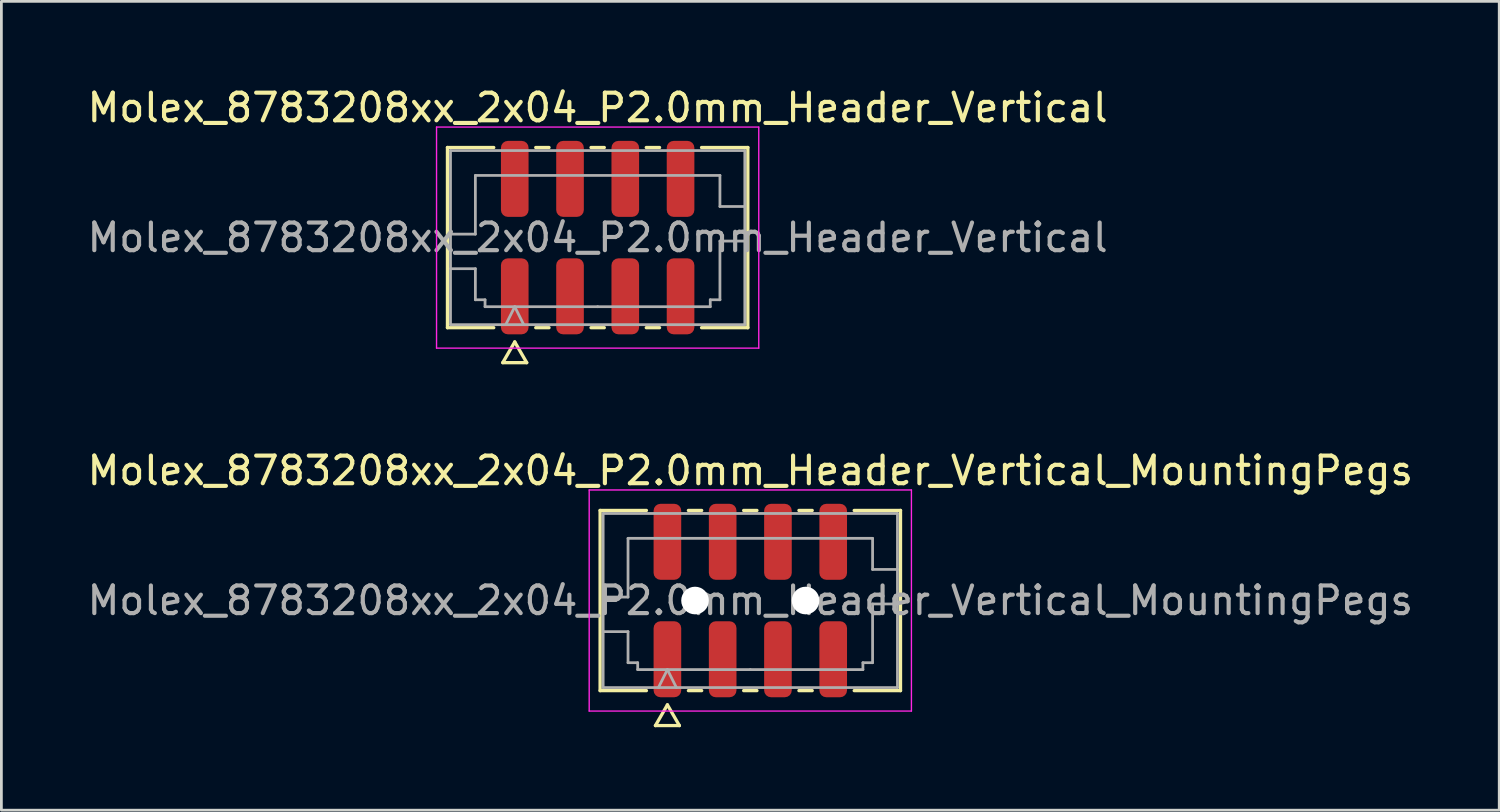
<source format=kicad_pcb>
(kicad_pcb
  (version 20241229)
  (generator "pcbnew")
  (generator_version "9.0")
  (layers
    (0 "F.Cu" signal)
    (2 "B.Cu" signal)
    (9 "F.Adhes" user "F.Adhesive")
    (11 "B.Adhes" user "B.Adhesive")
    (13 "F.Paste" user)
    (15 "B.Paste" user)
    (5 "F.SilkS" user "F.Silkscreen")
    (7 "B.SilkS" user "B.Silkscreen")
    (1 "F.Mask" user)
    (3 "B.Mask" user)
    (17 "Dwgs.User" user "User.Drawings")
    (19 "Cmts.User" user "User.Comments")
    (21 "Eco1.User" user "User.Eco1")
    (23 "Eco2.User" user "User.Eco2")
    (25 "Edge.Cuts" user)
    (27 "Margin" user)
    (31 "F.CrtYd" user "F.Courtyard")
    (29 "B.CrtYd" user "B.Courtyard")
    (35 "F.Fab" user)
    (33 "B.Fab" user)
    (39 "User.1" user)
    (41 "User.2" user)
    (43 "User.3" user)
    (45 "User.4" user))
  (footprint "Molex_8783208xx_2x04_P2.0mm_Header_Vertical"
    (layer "F.Cu")
    (at 18.577 5.548)
    (property "Reference" "Molex_8783208xx_2x04_P2.0mm_Header_Vertical" (at 0 -4.7 0) (layer "F.SilkS") (effects (font (size 1 1) (thickness 0.15))))
    (attr smd)
    (fp_line (start -5.435 -3.26) (end -3.76 -3.26) (stroke (width 0.12) (type solid)) (layer "F.SilkS"))
    (fp_line (start -5.435 3.26) (end -5.435 -3.26) (stroke (width 0.12) (type solid)) (layer "F.SilkS"))
    (fp_line (start -3.76 3.26) (end -5.435 3.26) (stroke (width 0.12) (type solid)) (layer "F.SilkS"))
    (fp_line (start -3.433 4.525) (end -3 3.775) (stroke (width 0.12) (type solid)) (layer "F.SilkS"))
    (fp_line (start -3 3.775) (end -2.567 4.525) (stroke (width 0.12) (type solid)) (layer "F.SilkS"))
    (fp_line (start -2.567 4.525) (end -3.433 4.525) (stroke (width 0.12) (type solid)) (layer "F.SilkS"))
    (fp_line (start -2.24 -3.26) (end -1.76 -3.26) (stroke (width 0.12) (type solid)) (layer "F.SilkS"))
    (fp_line (start -1.76 3.26) (end -2.24 3.26) (stroke (width 0.12) (type solid)) (layer "F.SilkS"))
    (fp_line (start -0.24 -3.26) (end 0.24 -3.26) (stroke (width 0.12) (type solid)) (layer "F.SilkS"))
    (fp_line (start 0.24 3.26) (end -0.24 3.26) (stroke (width 0.12) (type solid)) (layer "F.SilkS"))
    (fp_line (start 1.76 -3.26) (end 2.24 -3.26) (stroke (width 0.12) (type solid)) (layer "F.SilkS"))
    (fp_line (start 2.24 3.26) (end 1.76 3.26) (stroke (width 0.12) (type solid)) (layer "F.SilkS"))
    (fp_line (start 3.76 -3.26) (end 5.435 -3.26) (stroke (width 0.12) (type solid)) (layer "F.SilkS"))
    (fp_line (start 5.435 -3.26) (end 5.435 3.26) (stroke (width 0.12) (type solid)) (layer "F.SilkS"))
    (fp_line (start 5.435 3.26) (end 3.76 3.26) (stroke (width 0.12) (type solid)) (layer "F.SilkS"))
    (fp_line (start -5.83 -4) (end -5.83 4) (stroke (width 0.05) (type solid)) (layer "F.CrtYd"))
    (fp_line (start -5.83 4) (end 5.83 4) (stroke (width 0.05) (type solid)) (layer "F.CrtYd"))
    (fp_line (start 5.83 -4) (end -5.83 -4) (stroke (width 0.05) (type solid)) (layer "F.CrtYd"))
    (fp_line (start 5.83 4) (end 5.83 -4) (stroke (width 0.05) (type solid)) (layer "F.CrtYd"))
    (fp_line (start -5.325 -3.15) (end 5.325 -3.15) (stroke (width 0.1) (type solid)) (layer "F.Fab"))
    (fp_line (start -5.325 -0.125) (end -4.425 -0.125) (stroke (width 0.1) (type solid)) (layer "F.Fab"))
    (fp_line (start -5.325 1.125) (end -4.425 1.125) (stroke (width 0.1) (type solid)) (layer "F.Fab"))
    (fp_line (start -5.325 3.15) (end -5.325 -3.15) (stroke (width 0.1) (type solid)) (layer "F.Fab"))
    (fp_line (start -4.425 -2.25) (end 4.425 -2.25) (stroke (width 0.1) (type solid)) (layer "F.Fab"))
    (fp_line (start -4.425 -0.125) (end -4.425 -2.25) (stroke (width 0.1) (type solid)) (layer "F.Fab"))
    (fp_line (start -4.425 1.125) (end -4.425 2.25) (stroke (width 0.1) (type solid)) (layer "F.Fab"))
    (fp_line (start -4.425 2.25) (end -4.075 2.25) (stroke (width 0.1) (type solid)) (layer "F.Fab"))
    (fp_line (start -4.075 2.25) (end -4.075 2.5) (stroke (width 0.1) (type solid)) (layer "F.Fab"))
    (fp_line (start -4.075 2.5) (end 0 2.5) (stroke (width 0.1) (type solid)) (layer "F.Fab"))
    (fp_line (start -3.325 3.15) (end -3 2.5) (stroke (width 0.1) (type solid)) (layer "F.Fab"))
    (fp_line (start -3 2.5) (end -2.675 3.15) (stroke (width 0.1) (type solid)) (layer "F.Fab"))
    (fp_line (start 0 2.5) (end 4.075 2.5) (stroke (width 0.1) (type solid)) (layer "F.Fab"))
    (fp_line (start 4.075 2.25) (end 4.425 2.25) (stroke (width 0.1) (type solid)) (layer "F.Fab"))
    (fp_line (start 4.075 2.5) (end 4.075 2.25) (stroke (width 0.1) (type solid)) (layer "F.Fab"))
    (fp_line (start 4.425 -2.25) (end 4.425 -1.125) (stroke (width 0.1) (type solid)) (layer "F.Fab"))
    (fp_line (start 4.425 -1.125) (end 5.325 -1.125) (stroke (width 0.1) (type solid)) (layer "F.Fab"))
    (fp_line (start 4.425 0.125) (end 5.325 0.125) (stroke (width 0.1) (type solid)) (layer "F.Fab"))
    (fp_line (start 4.425 2.25) (end 4.425 0.125) (stroke (width 0.1) (type solid)) (layer "F.Fab"))
    (fp_line (start 5.325 -3.15) (end 5.325 3.15) (stroke (width 0.1) (type solid)) (layer "F.Fab"))
    (fp_line (start 5.325 3.15) (end -5.325 3.15) (stroke (width 0.1) (type solid)) (layer "F.Fab"))
    (fp_text user "${REFERENCE}" (at 0 0 0) (layer "F.Fab") (effects (font (size 1 1) (thickness 0.15))))
    (pad "1" smd roundrect (at -3 2.125) (size 1 2.75) (layers "F.Cu" "F.Mask" "F.Paste") (roundrect_rratio 0.25))
    (pad "2" smd roundrect (at -3 -2.125) (size 1 2.75) (layers "F.Cu" "F.Mask" "F.Paste") (roundrect_rratio 0.25))
    (pad "3" smd roundrect (at -1 2.125) (size 1 2.75) (layers "F.Cu" "F.Mask" "F.Paste") (roundrect_rratio 0.25))
    (pad "4" smd roundrect (at -1 -2.125) (size 1 2.75) (layers "F.Cu" "F.Mask" "F.Paste") (roundrect_rratio 0.25))
    (pad "5" smd roundrect (at 1 2.125) (size 1 2.75) (layers "F.Cu" "F.Mask" "F.Paste") (roundrect_rratio 0.25))
    (pad "6" smd roundrect (at 1 -2.125) (size 1 2.75) (layers "F.Cu" "F.Mask" "F.Paste") (roundrect_rratio 0.25))
    (pad "7" smd roundrect (at 3 2.125) (size 1 2.75) (layers "F.Cu" "F.Mask" "F.Paste") (roundrect_rratio 0.25))
    (pad "8" smd roundrect (at 3 -2.125) (size 1 2.75) (layers "F.Cu" "F.Mask" "F.Paste") (roundrect_rratio 0.25)))
  (footprint "Molex_8783208xx_2x04_P2.0mm_Header_Vertical_MountingPegs"
    (layer "F.Cu")
    (at 24.101 18.681)
    (property "Reference" "Molex_8783208xx_2x04_P2.0mm_Header_Vertical_MountingPegs" (at 0 -4.7 0) (layer "F.SilkS") (effects (font (size 1 1) (thickness 0.15))))
    (attr smd)
    (fp_line (start -5.435 -3.26) (end -3.76 -3.26) (stroke (width 0.12) (type solid)) (layer "F.SilkS"))
    (fp_line (start -5.435 3.26) (end -5.435 -3.26) (stroke (width 0.12) (type solid)) (layer "F.SilkS"))
    (fp_line (start -3.76 3.26) (end -5.435 3.26) (stroke (width 0.12) (type solid)) (layer "F.SilkS"))
    (fp_line (start -3.433 4.525) (end -3 3.775) (stroke (width 0.12) (type solid)) (layer "F.SilkS"))
    (fp_line (start -3 3.775) (end -2.567 4.525) (stroke (width 0.12) (type solid)) (layer "F.SilkS"))
    (fp_line (start -2.567 4.525) (end -3.433 4.525) (stroke (width 0.12) (type solid)) (layer "F.SilkS"))
    (fp_line (start -2.24 -3.26) (end -1.76 -3.26) (stroke (width 0.12) (type solid)) (layer "F.SilkS"))
    (fp_line (start -1.76 3.26) (end -2.24 3.26) (stroke (width 0.12) (type solid)) (layer "F.SilkS"))
    (fp_line (start -0.24 -3.26) (end 0.24 -3.26) (stroke (width 0.12) (type solid)) (layer "F.SilkS"))
    (fp_line (start 0.24 3.26) (end -0.24 3.26) (stroke (width 0.12) (type solid)) (layer "F.SilkS"))
    (fp_line (start 1.76 -3.26) (end 2.24 -3.26) (stroke (width 0.12) (type solid)) (layer "F.SilkS"))
    (fp_line (start 2.24 3.26) (end 1.76 3.26) (stroke (width 0.12) (type solid)) (layer "F.SilkS"))
    (fp_line (start 3.76 -3.26) (end 5.435 -3.26) (stroke (width 0.12) (type solid)) (layer "F.SilkS"))
    (fp_line (start 5.435 -3.26) (end 5.435 3.26) (stroke (width 0.12) (type solid)) (layer "F.SilkS"))
    (fp_line (start 5.435 3.26) (end 3.76 3.26) (stroke (width 0.12) (type solid)) (layer "F.SilkS"))
    (fp_line (start -5.83 -4) (end -5.83 4) (stroke (width 0.05) (type solid)) (layer "F.CrtYd"))
    (fp_line (start -5.83 4) (end 5.83 4) (stroke (width 0.05) (type solid)) (layer "F.CrtYd"))
    (fp_line (start 5.83 -4) (end -5.83 -4) (stroke (width 0.05) (type solid)) (layer "F.CrtYd"))
    (fp_line (start 5.83 4) (end 5.83 -4) (stroke (width 0.05) (type solid)) (layer "F.CrtYd"))
    (fp_line (start -5.325 -3.15) (end 5.325 -3.15) (stroke (width 0.1) (type solid)) (layer "F.Fab"))
    (fp_line (start -5.325 -0.125) (end -4.425 -0.125) (stroke (width 0.1) (type solid)) (layer "F.Fab"))
    (fp_line (start -5.325 1.125) (end -4.425 1.125) (stroke (width 0.1) (type solid)) (layer "F.Fab"))
    (fp_line (start -5.325 3.15) (end -5.325 -3.15) (stroke (width 0.1) (type solid)) (layer "F.Fab"))
    (fp_line (start -4.425 -2.25) (end 4.425 -2.25) (stroke (width 0.1) (type solid)) (layer "F.Fab"))
    (fp_line (start -4.425 -0.125) (end -4.425 -2.25) (stroke (width 0.1) (type solid)) (layer "F.Fab"))
    (fp_line (start -4.425 1.125) (end -4.425 2.25) (stroke (width 0.1) (type solid)) (layer "F.Fab"))
    (fp_line (start -4.425 2.25) (end -4.075 2.25) (stroke (width 0.1) (type solid)) (layer "F.Fab"))
    (fp_line (start -4.075 2.25) (end -4.075 2.5) (stroke (width 0.1) (type solid)) (layer "F.Fab"))
    (fp_line (start -4.075 2.5) (end 0 2.5) (stroke (width 0.1) (type solid)) (layer "F.Fab"))
    (fp_line (start -3.325 3.15) (end -3 2.5) (stroke (width 0.1) (type solid)) (layer "F.Fab"))
    (fp_line (start -3 2.5) (end -2.675 3.15) (stroke (width 0.1) (type solid)) (layer "F.Fab"))
    (fp_line (start 0 2.5) (end 4.075 2.5) (stroke (width 0.1) (type solid)) (layer "F.Fab"))
    (fp_line (start 4.075 2.25) (end 4.425 2.25) (stroke (width 0.1) (type solid)) (layer "F.Fab"))
    (fp_line (start 4.075 2.5) (end 4.075 2.25) (stroke (width 0.1) (type solid)) (layer "F.Fab"))
    (fp_line (start 4.425 -2.25) (end 4.425 -1.125) (stroke (width 0.1) (type solid)) (layer "F.Fab"))
    (fp_line (start 4.425 -1.125) (end 5.325 -1.125) (stroke (width 0.1) (type solid)) (layer "F.Fab"))
    (fp_line (start 4.425 0.125) (end 5.325 0.125) (stroke (width 0.1) (type solid)) (layer "F.Fab"))
    (fp_line (start 4.425 2.25) (end 4.425 0.125) (stroke (width 0.1) (type solid)) (layer "F.Fab"))
    (fp_line (start 5.325 -3.15) (end 5.325 3.15) (stroke (width 0.1) (type solid)) (layer "F.Fab"))
    (fp_line (start 5.325 3.15) (end -5.325 3.15) (stroke (width 0.1) (type solid)) (layer "F.Fab"))
    (fp_text user "${REFERENCE}" (at 0 0 0) (layer "F.Fab") (effects (font (size 1 1) (thickness 0.15))))
    (pad "" np_thru_hole circle (at -2 0) (size 1 1) (drill 1) (layers "*.Cu" "*.Mask"))
    (pad "" np_thru_hole circle (at 2 0) (size 1 1) (drill 1) (layers "*.Cu" "*.Mask"))
    (pad "1" smd roundrect (at -3 2.125) (size 1 2.75) (layers "F.Cu" "F.Mask" "F.Paste") (roundrect_rratio 0.25))
    (pad "2" smd roundrect (at -3 -2.125) (size 1 2.75) (layers "F.Cu" "F.Mask" "F.Paste") (roundrect_rratio 0.25))
    (pad "3" smd roundrect (at -1 2.125) (size 1 2.75) (layers "F.Cu" "F.Mask" "F.Paste") (roundrect_rratio 0.25))
    (pad "4" smd roundrect (at -1 -2.125) (size 1 2.75) (layers "F.Cu" "F.Mask" "F.Paste") (roundrect_rratio 0.25))
    (pad "5" smd roundrect (at 1 2.125) (size 1 2.75) (layers "F.Cu" "F.Mask" "F.Paste") (roundrect_rratio 0.25))
    (pad "6" smd roundrect (at 1 -2.125) (size 1 2.75) (layers "F.Cu" "F.Mask" "F.Paste") (roundrect_rratio 0.25))
    (pad "7" smd roundrect (at 3 2.125) (size 1 2.75) (layers "F.Cu" "F.Mask" "F.Paste") (roundrect_rratio 0.25))
    (pad "8" smd roundrect (at 3 -2.125) (size 1 2.75) (layers "F.Cu" "F.Mask" "F.Paste") (roundrect_rratio 0.25)))
  (gr_rect
    (start -3 -3)
    (end 51.202 26.267)
    (stroke (width 0.1) (type default))
    (fill no)
    (layer "Edge.Cuts")))
</source>
